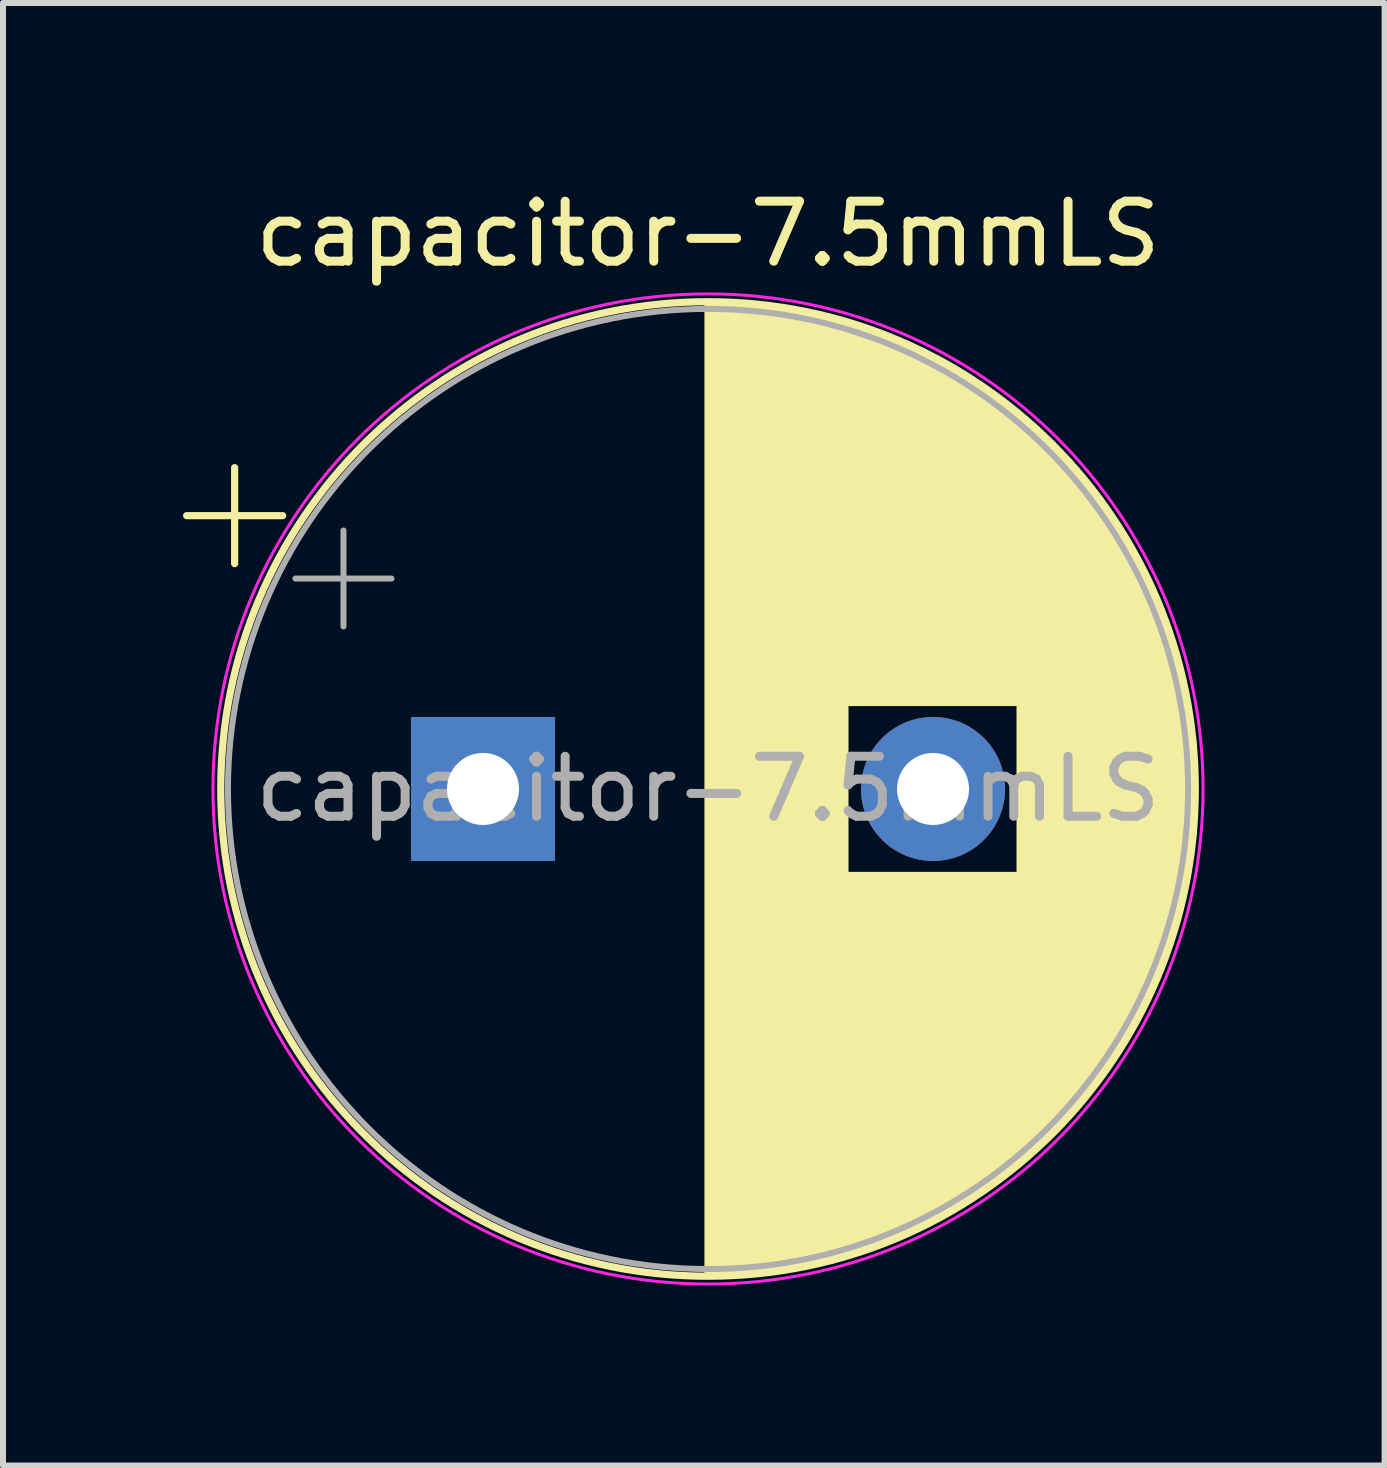
<source format=kicad_pcb>
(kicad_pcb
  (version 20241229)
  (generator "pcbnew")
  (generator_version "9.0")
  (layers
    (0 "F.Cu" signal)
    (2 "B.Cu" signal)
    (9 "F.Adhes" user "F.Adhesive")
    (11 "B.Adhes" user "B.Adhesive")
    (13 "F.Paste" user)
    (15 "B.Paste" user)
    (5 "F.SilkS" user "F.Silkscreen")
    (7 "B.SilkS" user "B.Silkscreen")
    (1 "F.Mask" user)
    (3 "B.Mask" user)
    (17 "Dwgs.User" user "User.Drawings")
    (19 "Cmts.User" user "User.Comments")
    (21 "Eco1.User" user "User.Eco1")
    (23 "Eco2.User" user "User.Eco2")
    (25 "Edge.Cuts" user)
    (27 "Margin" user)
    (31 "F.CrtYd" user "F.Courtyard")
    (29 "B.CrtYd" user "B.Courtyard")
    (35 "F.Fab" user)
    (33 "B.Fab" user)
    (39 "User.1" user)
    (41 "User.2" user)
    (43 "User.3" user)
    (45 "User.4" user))
  (footprint "capacitor-7.5mmLS"
    (layer "F.Cu")
    (at 4.999 10.098)
    (property "Reference" "capacitor-7.5mmLS" (at 3.75 -9.25 0) (layer "F.SilkS") (effects (font (size 1 1) (thickness 0.15))))
    (attr through_hole)
    (fp_line (start -4.939 -4.555) (end -3.339 -4.555) (stroke (width 0.12) (type solid)) (layer "F.SilkS"))
    (fp_line (start -4.139 -5.355) (end -4.139 -3.755) (stroke (width 0.12) (type solid)) (layer "F.SilkS"))
    (fp_line (start 3.75 -8.081) (end 3.75 8.081) (stroke (width 0.12) (type solid)) (layer "F.SilkS"))
    (fp_line (start 3.79 -8.08) (end 3.79 8.08) (stroke (width 0.12) (type solid)) (layer "F.SilkS"))
    (fp_line (start 3.83 -8.08) (end 3.83 8.08) (stroke (width 0.12) (type solid)) (layer "F.SilkS"))
    (fp_line (start 3.87 -8.08) (end 3.87 8.08) (stroke (width 0.12) (type solid)) (layer "F.SilkS"))
    (fp_line (start 3.91 -8.079) (end 3.91 8.079) (stroke (width 0.12) (type solid)) (layer "F.SilkS"))
    (fp_line (start 3.95 -8.078) (end 3.95 8.078) (stroke (width 0.12) (type solid)) (layer "F.SilkS"))
    (fp_line (start 3.99 -8.077) (end 3.99 8.077) (stroke (width 0.12) (type solid)) (layer "F.SilkS"))
    (fp_line (start 4.03 -8.076) (end 4.03 8.076) (stroke (width 0.12) (type solid)) (layer "F.SilkS"))
    (fp_line (start 4.07 -8.074) (end 4.07 8.074) (stroke (width 0.12) (type solid)) (layer "F.SilkS"))
    (fp_line (start 4.11 -8.073) (end 4.11 8.073) (stroke (width 0.12) (type solid)) (layer "F.SilkS"))
    (fp_line (start 4.15 -8.071) (end 4.15 8.071) (stroke (width 0.12) (type solid)) (layer "F.SilkS"))
    (fp_line (start 4.19 -8.069) (end 4.19 8.069) (stroke (width 0.12) (type solid)) (layer "F.SilkS"))
    (fp_line (start 4.23 -8.066) (end 4.23 8.066) (stroke (width 0.12) (type solid)) (layer "F.SilkS"))
    (fp_line (start 4.27 -8.064) (end 4.27 8.064) (stroke (width 0.12) (type solid)) (layer "F.SilkS"))
    (fp_line (start 4.31 -8.061) (end 4.31 8.061) (stroke (width 0.12) (type solid)) (layer "F.SilkS"))
    (fp_line (start 4.35 -8.058) (end 4.35 8.058) (stroke (width 0.12) (type solid)) (layer "F.SilkS"))
    (fp_line (start 4.39 -8.055) (end 4.39 8.055) (stroke (width 0.12) (type solid)) (layer "F.SilkS"))
    (fp_line (start 4.43 -8.052) (end 4.43 8.052) (stroke (width 0.12) (type solid)) (layer "F.SilkS"))
    (fp_line (start 4.471 -8.049) (end 4.471 8.049) (stroke (width 0.12) (type solid)) (layer "F.SilkS"))
    (fp_line (start 4.511 -8.045) (end 4.511 8.045) (stroke (width 0.12) (type solid)) (layer "F.SilkS"))
    (fp_line (start 4.551 -8.041) (end 4.551 8.041) (stroke (width 0.12) (type solid)) (layer "F.SilkS"))
    (fp_line (start 4.591 -8.037) (end 4.591 8.037) (stroke (width 0.12) (type solid)) (layer "F.SilkS"))
    (fp_line (start 4.631 -8.033) (end 4.631 8.033) (stroke (width 0.12) (type solid)) (layer "F.SilkS"))
    (fp_line (start 4.671 -8.028) (end 4.671 8.028) (stroke (width 0.12) (type solid)) (layer "F.SilkS"))
    (fp_line (start 4.711 -8.024) (end 4.711 8.024) (stroke (width 0.12) (type solid)) (layer "F.SilkS"))
    (fp_line (start 4.751 -8.019) (end 4.751 8.019) (stroke (width 0.12) (type solid)) (layer "F.SilkS"))
    (fp_line (start 4.791 -8.014) (end 4.791 8.014) (stroke (width 0.12) (type solid)) (layer "F.SilkS"))
    (fp_line (start 4.831 -8.008) (end 4.831 8.008) (stroke (width 0.12) (type solid)) (layer "F.SilkS"))
    (fp_line (start 4.871 -8.003) (end 4.871 8.003) (stroke (width 0.12) (type solid)) (layer "F.SilkS"))
    (fp_line (start 4.911 -7.997) (end 4.911 7.997) (stroke (width 0.12) (type solid)) (layer "F.SilkS"))
    (fp_line (start 4.951 -7.991) (end 4.951 7.991) (stroke (width 0.12) (type solid)) (layer "F.SilkS"))
    (fp_line (start 4.991 -7.985) (end 4.991 7.985) (stroke (width 0.12) (type solid)) (layer "F.SilkS"))
    (fp_line (start 5.031 -7.979) (end 5.031 7.979) (stroke (width 0.12) (type solid)) (layer "F.SilkS"))
    (fp_line (start 5.071 -7.972) (end 5.071 7.972) (stroke (width 0.12) (type solid)) (layer "F.SilkS"))
    (fp_line (start 5.111 -7.966) (end 5.111 7.966) (stroke (width 0.12) (type solid)) (layer "F.SilkS"))
    (fp_line (start 5.151 -7.959) (end 5.151 7.959) (stroke (width 0.12) (type solid)) (layer "F.SilkS"))
    (fp_line (start 5.191 -7.952) (end 5.191 7.952) (stroke (width 0.12) (type solid)) (layer "F.SilkS"))
    (fp_line (start 5.231 -7.944) (end 5.231 7.944) (stroke (width 0.12) (type solid)) (layer "F.SilkS"))
    (fp_line (start 5.271 -7.937) (end 5.271 7.937) (stroke (width 0.12) (type solid)) (layer "F.SilkS"))
    (fp_line (start 5.311 -7.929) (end 5.311 7.929) (stroke (width 0.12) (type solid)) (layer "F.SilkS"))
    (fp_line (start 5.351 -7.921) (end 5.351 7.921) (stroke (width 0.12) (type solid)) (layer "F.SilkS"))
    (fp_line (start 5.391 -7.913) (end 5.391 7.913) (stroke (width 0.12) (type solid)) (layer "F.SilkS"))
    (fp_line (start 5.431 -7.905) (end 5.431 7.905) (stroke (width 0.12) (type solid)) (layer "F.SilkS"))
    (fp_line (start 5.471 -7.896) (end 5.471 7.896) (stroke (width 0.12) (type solid)) (layer "F.SilkS"))
    (fp_line (start 5.511 -7.887) (end 5.511 7.887) (stroke (width 0.12) (type solid)) (layer "F.SilkS"))
    (fp_line (start 5.551 -7.878) (end 5.551 7.878) (stroke (width 0.12) (type solid)) (layer "F.SilkS"))
    (fp_line (start 5.591 -7.869) (end 5.591 7.869) (stroke (width 0.12) (type solid)) (layer "F.SilkS"))
    (fp_line (start 5.631 -7.86) (end 5.631 7.86) (stroke (width 0.12) (type solid)) (layer "F.SilkS"))
    (fp_line (start 5.671 -7.85) (end 5.671 7.85) (stroke (width 0.12) (type solid)) (layer "F.SilkS"))
    (fp_line (start 5.711 -7.84) (end 5.711 7.84) (stroke (width 0.12) (type solid)) (layer "F.SilkS"))
    (fp_line (start 5.751 -7.83) (end 5.751 7.83) (stroke (width 0.12) (type solid)) (layer "F.SilkS"))
    (fp_line (start 5.791 -7.82) (end 5.791 7.82) (stroke (width 0.12) (type solid)) (layer "F.SilkS"))
    (fp_line (start 5.831 -7.81) (end 5.831 7.81) (stroke (width 0.12) (type solid)) (layer "F.SilkS"))
    (fp_line (start 5.871 -7.799) (end 5.871 7.799) (stroke (width 0.12) (type solid)) (layer "F.SilkS"))
    (fp_line (start 5.911 -7.788) (end 5.911 7.788) (stroke (width 0.12) (type solid)) (layer "F.SilkS"))
    (fp_line (start 5.951 -7.777) (end 5.951 7.777) (stroke (width 0.12) (type solid)) (layer "F.SilkS"))
    (fp_line (start 5.991 -7.765) (end 5.991 7.765) (stroke (width 0.12) (type solid)) (layer "F.SilkS"))
    (fp_line (start 6.031 -7.754) (end 6.031 7.754) (stroke (width 0.12) (type solid)) (layer "F.SilkS"))
    (fp_line (start 6.071 -7.742) (end 6.071 -1.44) (stroke (width 0.12) (type solid)) (layer "F.SilkS"))
    (fp_line (start 6.071 1.44) (end 6.071 7.742) (stroke (width 0.12) (type solid)) (layer "F.SilkS"))
    (fp_line (start 6.111 -7.73) (end 6.111 -1.44) (stroke (width 0.12) (type solid)) (layer "F.SilkS"))
    (fp_line (start 6.111 1.44) (end 6.111 7.73) (stroke (width 0.12) (type solid)) (layer "F.SilkS"))
    (fp_line (start 6.151 -7.718) (end 6.151 -1.44) (stroke (width 0.12) (type solid)) (layer "F.SilkS"))
    (fp_line (start 6.151 1.44) (end 6.151 7.718) (stroke (width 0.12) (type solid)) (layer "F.SilkS"))
    (fp_line (start 6.191 -7.705) (end 6.191 -1.44) (stroke (width 0.12) (type solid)) (layer "F.SilkS"))
    (fp_line (start 6.191 1.44) (end 6.191 7.705) (stroke (width 0.12) (type solid)) (layer "F.SilkS"))
    (fp_line (start 6.231 -7.693) (end 6.231 -1.44) (stroke (width 0.12) (type solid)) (layer "F.SilkS"))
    (fp_line (start 6.231 1.44) (end 6.231 7.693) (stroke (width 0.12) (type solid)) (layer "F.SilkS"))
    (fp_line (start 6.271 -7.68) (end 6.271 -1.44) (stroke (width 0.12) (type solid)) (layer "F.SilkS"))
    (fp_line (start 6.271 1.44) (end 6.271 7.68) (stroke (width 0.12) (type solid)) (layer "F.SilkS"))
    (fp_line (start 6.311 -7.666) (end 6.311 -1.44) (stroke (width 0.12) (type solid)) (layer "F.SilkS"))
    (fp_line (start 6.311 1.44) (end 6.311 7.666) (stroke (width 0.12) (type solid)) (layer "F.SilkS"))
    (fp_line (start 6.351 -7.653) (end 6.351 -1.44) (stroke (width 0.12) (type solid)) (layer "F.SilkS"))
    (fp_line (start 6.351 1.44) (end 6.351 7.653) (stroke (width 0.12) (type solid)) (layer "F.SilkS"))
    (fp_line (start 6.391 -7.639) (end 6.391 -1.44) (stroke (width 0.12) (type solid)) (layer "F.SilkS"))
    (fp_line (start 6.391 1.44) (end 6.391 7.639) (stroke (width 0.12) (type solid)) (layer "F.SilkS"))
    (fp_line (start 6.431 -7.625) (end 6.431 -1.44) (stroke (width 0.12) (type solid)) (layer "F.SilkS"))
    (fp_line (start 6.431 1.44) (end 6.431 7.625) (stroke (width 0.12) (type solid)) (layer "F.SilkS"))
    (fp_line (start 6.471 -7.611) (end 6.471 -1.44) (stroke (width 0.12) (type solid)) (layer "F.SilkS"))
    (fp_line (start 6.471 1.44) (end 6.471 7.611) (stroke (width 0.12) (type solid)) (layer "F.SilkS"))
    (fp_line (start 6.511 -7.597) (end 6.511 -1.44) (stroke (width 0.12) (type solid)) (layer "F.SilkS"))
    (fp_line (start 6.511 1.44) (end 6.511 7.597) (stroke (width 0.12) (type solid)) (layer "F.SilkS"))
    (fp_line (start 6.551 -7.582) (end 6.551 -1.44) (stroke (width 0.12) (type solid)) (layer "F.SilkS"))
    (fp_line (start 6.551 1.44) (end 6.551 7.582) (stroke (width 0.12) (type solid)) (layer "F.SilkS"))
    (fp_line (start 6.591 -7.568) (end 6.591 -1.44) (stroke (width 0.12) (type solid)) (layer "F.SilkS"))
    (fp_line (start 6.591 1.44) (end 6.591 7.568) (stroke (width 0.12) (type solid)) (layer "F.SilkS"))
    (fp_line (start 6.631 -7.553) (end 6.631 -1.44) (stroke (width 0.12) (type solid)) (layer "F.SilkS"))
    (fp_line (start 6.631 1.44) (end 6.631 7.553) (stroke (width 0.12) (type solid)) (layer "F.SilkS"))
    (fp_line (start 6.671 -7.537) (end 6.671 -1.44) (stroke (width 0.12) (type solid)) (layer "F.SilkS"))
    (fp_line (start 6.671 1.44) (end 6.671 7.537) (stroke (width 0.12) (type solid)) (layer "F.SilkS"))
    (fp_line (start 6.711 -7.522) (end 6.711 -1.44) (stroke (width 0.12) (type solid)) (layer "F.SilkS"))
    (fp_line (start 6.711 1.44) (end 6.711 7.522) (stroke (width 0.12) (type solid)) (layer "F.SilkS"))
    (fp_line (start 6.751 -7.506) (end 6.751 -1.44) (stroke (width 0.12) (type solid)) (layer "F.SilkS"))
    (fp_line (start 6.751 1.44) (end 6.751 7.506) (stroke (width 0.12) (type solid)) (layer "F.SilkS"))
    (fp_line (start 6.791 -7.49) (end 6.791 -1.44) (stroke (width 0.12) (type solid)) (layer "F.SilkS"))
    (fp_line (start 6.791 1.44) (end 6.791 7.49) (stroke (width 0.12) (type solid)) (layer "F.SilkS"))
    (fp_line (start 6.831 -7.474) (end 6.831 -1.44) (stroke (width 0.12) (type solid)) (layer "F.SilkS"))
    (fp_line (start 6.831 1.44) (end 6.831 7.474) (stroke (width 0.12) (type solid)) (layer "F.SilkS"))
    (fp_line (start 6.871 -7.457) (end 6.871 -1.44) (stroke (width 0.12) (type solid)) (layer "F.SilkS"))
    (fp_line (start 6.871 1.44) (end 6.871 7.457) (stroke (width 0.12) (type solid)) (layer "F.SilkS"))
    (fp_line (start 6.911 -7.44) (end 6.911 -1.44) (stroke (width 0.12) (type solid)) (layer "F.SilkS"))
    (fp_line (start 6.911 1.44) (end 6.911 7.44) (stroke (width 0.12) (type solid)) (layer "F.SilkS"))
    (fp_line (start 6.951 -7.423) (end 6.951 -1.44) (stroke (width 0.12) (type solid)) (layer "F.SilkS"))
    (fp_line (start 6.951 1.44) (end 6.951 7.423) (stroke (width 0.12) (type solid)) (layer "F.SilkS"))
    (fp_line (start 6.991 -7.406) (end 6.991 -1.44) (stroke (width 0.12) (type solid)) (layer "F.SilkS"))
    (fp_line (start 6.991 1.44) (end 6.991 7.406) (stroke (width 0.12) (type solid)) (layer "F.SilkS"))
    (fp_line (start 7.031 -7.389) (end 7.031 -1.44) (stroke (width 0.12) (type solid)) (layer "F.SilkS"))
    (fp_line (start 7.031 1.44) (end 7.031 7.389) (stroke (width 0.12) (type solid)) (layer "F.SilkS"))
    (fp_line (start 7.071 -7.371) (end 7.071 -1.44) (stroke (width 0.12) (type solid)) (layer "F.SilkS"))
    (fp_line (start 7.071 1.44) (end 7.071 7.371) (stroke (width 0.12) (type solid)) (layer "F.SilkS"))
    (fp_line (start 7.111 -7.353) (end 7.111 -1.44) (stroke (width 0.12) (type solid)) (layer "F.SilkS"))
    (fp_line (start 7.111 1.44) (end 7.111 7.353) (stroke (width 0.12) (type solid)) (layer "F.SilkS"))
    (fp_line (start 7.151 -7.334) (end 7.151 -1.44) (stroke (width 0.12) (type solid)) (layer "F.SilkS"))
    (fp_line (start 7.151 1.44) (end 7.151 7.334) (stroke (width 0.12) (type solid)) (layer "F.SilkS"))
    (fp_line (start 7.191 -7.316) (end 7.191 -1.44) (stroke (width 0.12) (type solid)) (layer "F.SilkS"))
    (fp_line (start 7.191 1.44) (end 7.191 7.316) (stroke (width 0.12) (type solid)) (layer "F.SilkS"))
    (fp_line (start 7.231 -7.297) (end 7.231 -1.44) (stroke (width 0.12) (type solid)) (layer "F.SilkS"))
    (fp_line (start 7.231 1.44) (end 7.231 7.297) (stroke (width 0.12) (type solid)) (layer "F.SilkS"))
    (fp_line (start 7.271 -7.278) (end 7.271 -1.44) (stroke (width 0.12) (type solid)) (layer "F.SilkS"))
    (fp_line (start 7.271 1.44) (end 7.271 7.278) (stroke (width 0.12) (type solid)) (layer "F.SilkS"))
    (fp_line (start 7.311 -7.258) (end 7.311 -1.44) (stroke (width 0.12) (type solid)) (layer "F.SilkS"))
    (fp_line (start 7.311 1.44) (end 7.311 7.258) (stroke (width 0.12) (type solid)) (layer "F.SilkS"))
    (fp_line (start 7.351 -7.239) (end 7.351 -1.44) (stroke (width 0.12) (type solid)) (layer "F.SilkS"))
    (fp_line (start 7.351 1.44) (end 7.351 7.239) (stroke (width 0.12) (type solid)) (layer "F.SilkS"))
    (fp_line (start 7.391 -7.219) (end 7.391 -1.44) (stroke (width 0.12) (type solid)) (layer "F.SilkS"))
    (fp_line (start 7.391 1.44) (end 7.391 7.219) (stroke (width 0.12) (type solid)) (layer "F.SilkS"))
    (fp_line (start 7.431 -7.199) (end 7.431 -1.44) (stroke (width 0.12) (type solid)) (layer "F.SilkS"))
    (fp_line (start 7.431 1.44) (end 7.431 7.199) (stroke (width 0.12) (type solid)) (layer "F.SilkS"))
    (fp_line (start 7.471 -7.178) (end 7.471 -1.44) (stroke (width 0.12) (type solid)) (layer "F.SilkS"))
    (fp_line (start 7.471 1.44) (end 7.471 7.178) (stroke (width 0.12) (type solid)) (layer "F.SilkS"))
    (fp_line (start 7.511 -7.157) (end 7.511 -1.44) (stroke (width 0.12) (type solid)) (layer "F.SilkS"))
    (fp_line (start 7.511 1.44) (end 7.511 7.157) (stroke (width 0.12) (type solid)) (layer "F.SilkS"))
    (fp_line (start 7.551 -7.136) (end 7.551 -1.44) (stroke (width 0.12) (type solid)) (layer "F.SilkS"))
    (fp_line (start 7.551 1.44) (end 7.551 7.136) (stroke (width 0.12) (type solid)) (layer "F.SilkS"))
    (fp_line (start 7.591 -7.115) (end 7.591 -1.44) (stroke (width 0.12) (type solid)) (layer "F.SilkS"))
    (fp_line (start 7.591 1.44) (end 7.591 7.115) (stroke (width 0.12) (type solid)) (layer "F.SilkS"))
    (fp_line (start 7.631 -7.094) (end 7.631 -1.44) (stroke (width 0.12) (type solid)) (layer "F.SilkS"))
    (fp_line (start 7.631 1.44) (end 7.631 7.094) (stroke (width 0.12) (type solid)) (layer "F.SilkS"))
    (fp_line (start 7.671 -7.072) (end 7.671 -1.44) (stroke (width 0.12) (type solid)) (layer "F.SilkS"))
    (fp_line (start 7.671 1.44) (end 7.671 7.072) (stroke (width 0.12) (type solid)) (layer "F.SilkS"))
    (fp_line (start 7.711 -7.049) (end 7.711 -1.44) (stroke (width 0.12) (type solid)) (layer "F.SilkS"))
    (fp_line (start 7.711 1.44) (end 7.711 7.049) (stroke (width 0.12) (type solid)) (layer "F.SilkS"))
    (fp_line (start 7.751 -7.027) (end 7.751 -1.44) (stroke (width 0.12) (type solid)) (layer "F.SilkS"))
    (fp_line (start 7.751 1.44) (end 7.751 7.027) (stroke (width 0.12) (type solid)) (layer "F.SilkS"))
    (fp_line (start 7.791 -7.004) (end 7.791 -1.44) (stroke (width 0.12) (type solid)) (layer "F.SilkS"))
    (fp_line (start 7.791 1.44) (end 7.791 7.004) (stroke (width 0.12) (type solid)) (layer "F.SilkS"))
    (fp_line (start 7.831 -6.981) (end 7.831 -1.44) (stroke (width 0.12) (type solid)) (layer "F.SilkS"))
    (fp_line (start 7.831 1.44) (end 7.831 6.981) (stroke (width 0.12) (type solid)) (layer "F.SilkS"))
    (fp_line (start 7.871 -6.958) (end 7.871 -1.44) (stroke (width 0.12) (type solid)) (layer "F.SilkS"))
    (fp_line (start 7.871 1.44) (end 7.871 6.958) (stroke (width 0.12) (type solid)) (layer "F.SilkS"))
    (fp_line (start 7.911 -6.934) (end 7.911 -1.44) (stroke (width 0.12) (type solid)) (layer "F.SilkS"))
    (fp_line (start 7.911 1.44) (end 7.911 6.934) (stroke (width 0.12) (type solid)) (layer "F.SilkS"))
    (fp_line (start 7.951 -6.91) (end 7.951 -1.44) (stroke (width 0.12) (type solid)) (layer "F.SilkS"))
    (fp_line (start 7.951 1.44) (end 7.951 6.91) (stroke (width 0.12) (type solid)) (layer "F.SilkS"))
    (fp_line (start 7.991 -6.886) (end 7.991 -1.44) (stroke (width 0.12) (type solid)) (layer "F.SilkS"))
    (fp_line (start 7.991 1.44) (end 7.991 6.886) (stroke (width 0.12) (type solid)) (layer "F.SilkS"))
    (fp_line (start 8.031 -6.861) (end 8.031 -1.44) (stroke (width 0.12) (type solid)) (layer "F.SilkS"))
    (fp_line (start 8.031 1.44) (end 8.031 6.861) (stroke (width 0.12) (type solid)) (layer "F.SilkS"))
    (fp_line (start 8.071 -6.836) (end 8.071 -1.44) (stroke (width 0.12) (type solid)) (layer "F.SilkS"))
    (fp_line (start 8.071 1.44) (end 8.071 6.836) (stroke (width 0.12) (type solid)) (layer "F.SilkS"))
    (fp_line (start 8.111 -6.811) (end 8.111 -1.44) (stroke (width 0.12) (type solid)) (layer "F.SilkS"))
    (fp_line (start 8.111 1.44) (end 8.111 6.811) (stroke (width 0.12) (type solid)) (layer "F.SilkS"))
    (fp_line (start 8.151 -6.785) (end 8.151 -1.44) (stroke (width 0.12) (type solid)) (layer "F.SilkS"))
    (fp_line (start 8.151 1.44) (end 8.151 6.785) (stroke (width 0.12) (type solid)) (layer "F.SilkS"))
    (fp_line (start 8.191 -6.759) (end 8.191 -1.44) (stroke (width 0.12) (type solid)) (layer "F.SilkS"))
    (fp_line (start 8.191 1.44) (end 8.191 6.759) (stroke (width 0.12) (type solid)) (layer "F.SilkS"))
    (fp_line (start 8.231 -6.733) (end 8.231 -1.44) (stroke (width 0.12) (type solid)) (layer "F.SilkS"))
    (fp_line (start 8.231 1.44) (end 8.231 6.733) (stroke (width 0.12) (type solid)) (layer "F.SilkS"))
    (fp_line (start 8.271 -6.706) (end 8.271 -1.44) (stroke (width 0.12) (type solid)) (layer "F.SilkS"))
    (fp_line (start 8.271 1.44) (end 8.271 6.706) (stroke (width 0.12) (type solid)) (layer "F.SilkS"))
    (fp_line (start 8.311 -6.679) (end 8.311 -1.44) (stroke (width 0.12) (type solid)) (layer "F.SilkS"))
    (fp_line (start 8.311 1.44) (end 8.311 6.679) (stroke (width 0.12) (type solid)) (layer "F.SilkS"))
    (fp_line (start 8.351 -6.652) (end 8.351 -1.44) (stroke (width 0.12) (type solid)) (layer "F.SilkS"))
    (fp_line (start 8.351 1.44) (end 8.351 6.652) (stroke (width 0.12) (type solid)) (layer "F.SilkS"))
    (fp_line (start 8.391 -6.624) (end 8.391 -1.44) (stroke (width 0.12) (type solid)) (layer "F.SilkS"))
    (fp_line (start 8.391 1.44) (end 8.391 6.624) (stroke (width 0.12) (type solid)) (layer "F.SilkS"))
    (fp_line (start 8.431 -6.596) (end 8.431 -1.44) (stroke (width 0.12) (type solid)) (layer "F.SilkS"))
    (fp_line (start 8.431 1.44) (end 8.431 6.596) (stroke (width 0.12) (type solid)) (layer "F.SilkS"))
    (fp_line (start 8.471 -6.568) (end 8.471 -1.44) (stroke (width 0.12) (type solid)) (layer "F.SilkS"))
    (fp_line (start 8.471 1.44) (end 8.471 6.568) (stroke (width 0.12) (type solid)) (layer "F.SilkS"))
    (fp_line (start 8.511 -6.539) (end 8.511 -1.44) (stroke (width 0.12) (type solid)) (layer "F.SilkS"))
    (fp_line (start 8.511 1.44) (end 8.511 6.539) (stroke (width 0.12) (type solid)) (layer "F.SilkS"))
    (fp_line (start 8.551 -6.51) (end 8.551 -1.44) (stroke (width 0.12) (type solid)) (layer "F.SilkS"))
    (fp_line (start 8.551 1.44) (end 8.551 6.51) (stroke (width 0.12) (type solid)) (layer "F.SilkS"))
    (fp_line (start 8.591 -6.48) (end 8.591 -1.44) (stroke (width 0.12) (type solid)) (layer "F.SilkS"))
    (fp_line (start 8.591 1.44) (end 8.591 6.48) (stroke (width 0.12) (type solid)) (layer "F.SilkS"))
    (fp_line (start 8.631 -6.45) (end 8.631 -1.44) (stroke (width 0.12) (type solid)) (layer "F.SilkS"))
    (fp_line (start 8.631 1.44) (end 8.631 6.45) (stroke (width 0.12) (type solid)) (layer "F.SilkS"))
    (fp_line (start 8.671 -6.42) (end 8.671 -1.44) (stroke (width 0.12) (type solid)) (layer "F.SilkS"))
    (fp_line (start 8.671 1.44) (end 8.671 6.42) (stroke (width 0.12) (type solid)) (layer "F.SilkS"))
    (fp_line (start 8.711 -6.39) (end 8.711 -1.44) (stroke (width 0.12) (type solid)) (layer "F.SilkS"))
    (fp_line (start 8.711 1.44) (end 8.711 6.39) (stroke (width 0.12) (type solid)) (layer "F.SilkS"))
    (fp_line (start 8.751 -6.358) (end 8.751 -1.44) (stroke (width 0.12) (type solid)) (layer "F.SilkS"))
    (fp_line (start 8.751 1.44) (end 8.751 6.358) (stroke (width 0.12) (type solid)) (layer "F.SilkS"))
    (fp_line (start 8.791 -6.327) (end 8.791 -1.44) (stroke (width 0.12) (type solid)) (layer "F.SilkS"))
    (fp_line (start 8.791 1.44) (end 8.791 6.327) (stroke (width 0.12) (type solid)) (layer "F.SilkS"))
    (fp_line (start 8.831 -6.295) (end 8.831 -1.44) (stroke (width 0.12) (type solid)) (layer "F.SilkS"))
    (fp_line (start 8.831 1.44) (end 8.831 6.295) (stroke (width 0.12) (type solid)) (layer "F.SilkS"))
    (fp_line (start 8.871 -6.263) (end 8.871 -1.44) (stroke (width 0.12) (type solid)) (layer "F.SilkS"))
    (fp_line (start 8.871 1.44) (end 8.871 6.263) (stroke (width 0.12) (type solid)) (layer "F.SilkS"))
    (fp_line (start 8.911 -6.23) (end 8.911 -1.44) (stroke (width 0.12) (type solid)) (layer "F.SilkS"))
    (fp_line (start 8.911 1.44) (end 8.911 6.23) (stroke (width 0.12) (type solid)) (layer "F.SilkS"))
    (fp_line (start 8.951 -6.197) (end 8.951 6.197) (stroke (width 0.12) (type solid)) (layer "F.SilkS"))
    (fp_line (start 8.991 -6.163) (end 8.991 6.163) (stroke (width 0.12) (type solid)) (layer "F.SilkS"))
    (fp_line (start 9.031 -6.129) (end 9.031 6.129) (stroke (width 0.12) (type solid)) (layer "F.SilkS"))
    (fp_line (start 9.071 -6.095) (end 9.071 6.095) (stroke (width 0.12) (type solid)) (layer "F.SilkS"))
    (fp_line (start 9.111 -6.06) (end 9.111 6.06) (stroke (width 0.12) (type solid)) (layer "F.SilkS"))
    (fp_line (start 9.151 -6.025) (end 9.151 6.025) (stroke (width 0.12) (type solid)) (layer "F.SilkS"))
    (fp_line (start 9.191 -5.989) (end 9.191 5.989) (stroke (width 0.12) (type solid)) (layer "F.SilkS"))
    (fp_line (start 9.231 -5.952) (end 9.231 5.952) (stroke (width 0.12) (type solid)) (layer "F.SilkS"))
    (fp_line (start 9.271 -5.916) (end 9.271 5.916) (stroke (width 0.12) (type solid)) (layer "F.SilkS"))
    (fp_line (start 9.311 -5.878) (end 9.311 5.878) (stroke (width 0.12) (type solid)) (layer "F.SilkS"))
    (fp_line (start 9.351 -5.84) (end 9.351 5.84) (stroke (width 0.12) (type solid)) (layer "F.SilkS"))
    (fp_line (start 9.391 -5.802) (end 9.391 5.802) (stroke (width 0.12) (type solid)) (layer "F.SilkS"))
    (fp_line (start 9.431 -5.763) (end 9.431 5.763) (stroke (width 0.12) (type solid)) (layer "F.SilkS"))
    (fp_line (start 9.471 -5.724) (end 9.471 5.724) (stroke (width 0.12) (type solid)) (layer "F.SilkS"))
    (fp_line (start 9.511 -5.684) (end 9.511 5.684) (stroke (width 0.12) (type solid)) (layer "F.SilkS"))
    (fp_line (start 9.551 -5.643) (end 9.551 5.643) (stroke (width 0.12) (type solid)) (layer "F.SilkS"))
    (fp_line (start 9.591 -5.602) (end 9.591 5.602) (stroke (width 0.12) (type solid)) (layer "F.SilkS"))
    (fp_line (start 9.631 -5.56) (end 9.631 5.56) (stroke (width 0.12) (type solid)) (layer "F.SilkS"))
    (fp_line (start 9.671 -5.518) (end 9.671 5.518) (stroke (width 0.12) (type solid)) (layer "F.SilkS"))
    (fp_line (start 9.711 -5.475) (end 9.711 5.475) (stroke (width 0.12) (type solid)) (layer "F.SilkS"))
    (fp_line (start 9.751 -5.432) (end 9.751 5.432) (stroke (width 0.12) (type solid)) (layer "F.SilkS"))
    (fp_line (start 9.791 -5.388) (end 9.791 5.388) (stroke (width 0.12) (type solid)) (layer "F.SilkS"))
    (fp_line (start 9.831 -5.343) (end 9.831 5.343) (stroke (width 0.12) (type solid)) (layer "F.SilkS"))
    (fp_line (start 9.871 -5.297) (end 9.871 5.297) (stroke (width 0.12) (type solid)) (layer "F.SilkS"))
    (fp_line (start 9.911 -5.251) (end 9.911 5.251) (stroke (width 0.12) (type solid)) (layer "F.SilkS"))
    (fp_line (start 9.951 -5.204) (end 9.951 5.204) (stroke (width 0.12) (type solid)) (layer "F.SilkS"))
    (fp_line (start 9.991 -5.156) (end 9.991 5.156) (stroke (width 0.12) (type solid)) (layer "F.SilkS"))
    (fp_line (start 10.031 -5.108) (end 10.031 5.108) (stroke (width 0.12) (type solid)) (layer "F.SilkS"))
    (fp_line (start 10.071 -5.059) (end 10.071 5.059) (stroke (width 0.12) (type solid)) (layer "F.SilkS"))
    (fp_line (start 10.111 -5.009) (end 10.111 5.009) (stroke (width 0.12) (type solid)) (layer "F.SilkS"))
    (fp_line (start 10.151 -4.958) (end 10.151 4.958) (stroke (width 0.12) (type solid)) (layer "F.SilkS"))
    (fp_line (start 10.191 -4.906) (end 10.191 4.906) (stroke (width 0.12) (type solid)) (layer "F.SilkS"))
    (fp_line (start 10.231 -4.854) (end 10.231 4.854) (stroke (width 0.12) (type solid)) (layer "F.SilkS"))
    (fp_line (start 10.271 -4.8) (end 10.271 4.8) (stroke (width 0.12) (type solid)) (layer "F.SilkS"))
    (fp_line (start 10.311 -4.746) (end 10.311 4.746) (stroke (width 0.12) (type solid)) (layer "F.SilkS"))
    (fp_line (start 10.351 -4.691) (end 10.351 4.691) (stroke (width 0.12) (type solid)) (layer "F.SilkS"))
    (fp_line (start 10.391 -4.634) (end 10.391 4.634) (stroke (width 0.12) (type solid)) (layer "F.SilkS"))
    (fp_line (start 10.431 -4.577) (end 10.431 4.577) (stroke (width 0.12) (type solid)) (layer "F.SilkS"))
    (fp_line (start 10.471 -4.519) (end 10.471 4.519) (stroke (width 0.12) (type solid)) (layer "F.SilkS"))
    (fp_line (start 10.511 -4.459) (end 10.511 4.459) (stroke (width 0.12) (type solid)) (layer "F.SilkS"))
    (fp_line (start 10.551 -4.398) (end 10.551 4.398) (stroke (width 0.12) (type solid)) (layer "F.SilkS"))
    (fp_line (start 10.591 -4.336) (end 10.591 4.336) (stroke (width 0.12) (type solid)) (layer "F.SilkS"))
    (fp_line (start 10.631 -4.273) (end 10.631 4.273) (stroke (width 0.12) (type solid)) (layer "F.SilkS"))
    (fp_line (start 10.671 -4.209) (end 10.671 4.209) (stroke (width 0.12) (type solid)) (layer "F.SilkS"))
    (fp_line (start 10.711 -4.143) (end 10.711 4.143) (stroke (width 0.12) (type solid)) (layer "F.SilkS"))
    (fp_line (start 10.751 -4.076) (end 10.751 4.076) (stroke (width 0.12) (type solid)) (layer "F.SilkS"))
    (fp_line (start 10.791 -4.007) (end 10.791 4.007) (stroke (width 0.12) (type solid)) (layer "F.SilkS"))
    (fp_line (start 10.831 -3.936) (end 10.831 3.936) (stroke (width 0.12) (type solid)) (layer "F.SilkS"))
    (fp_line (start 10.871 -3.864) (end 10.871 3.864) (stroke (width 0.12) (type solid)) (layer "F.SilkS"))
    (fp_line (start 10.911 -3.79) (end 10.911 3.79) (stroke (width 0.12) (type solid)) (layer "F.SilkS"))
    (fp_line (start 10.951 -3.715) (end 10.951 3.715) (stroke (width 0.12) (type solid)) (layer "F.SilkS"))
    (fp_line (start 10.991 -3.637) (end 10.991 3.637) (stroke (width 0.12) (type solid)) (layer "F.SilkS"))
    (fp_line (start 11.031 -3.557) (end 11.031 3.557) (stroke (width 0.12) (type solid)) (layer "F.SilkS"))
    (fp_line (start 11.071 -3.475) (end 11.071 3.475) (stroke (width 0.12) (type solid)) (layer "F.SilkS"))
    (fp_line (start 11.111 -3.39) (end 11.111 3.39) (stroke (width 0.12) (type solid)) (layer "F.SilkS"))
    (fp_line (start 11.151 -3.303) (end 11.151 3.303) (stroke (width 0.12) (type solid)) (layer "F.SilkS"))
    (fp_line (start 11.191 -3.213) (end 11.191 3.213) (stroke (width 0.12) (type solid)) (layer "F.SilkS"))
    (fp_line (start 11.231 -3.12) (end 11.231 3.12) (stroke (width 0.12) (type solid)) (layer "F.SilkS"))
    (fp_line (start 11.271 -3.024) (end 11.271 3.024) (stroke (width 0.12) (type solid)) (layer "F.SilkS"))
    (fp_line (start 11.311 -2.924) (end 11.311 2.924) (stroke (width 0.12) (type solid)) (layer "F.SilkS"))
    (fp_line (start 11.351 -2.82) (end 11.351 2.82) (stroke (width 0.12) (type solid)) (layer "F.SilkS"))
    (fp_line (start 11.391 -2.711) (end 11.391 2.711) (stroke (width 0.12) (type solid)) (layer "F.SilkS"))
    (fp_line (start 11.431 -2.597) (end 11.431 2.597) (stroke (width 0.12) (type solid)) (layer "F.SilkS"))
    (fp_line (start 11.471 -2.478) (end 11.471 2.478) (stroke (width 0.12) (type solid)) (layer "F.SilkS"))
    (fp_line (start 11.511 -2.351) (end 11.511 2.351) (stroke (width 0.12) (type solid)) (layer "F.SilkS"))
    (fp_line (start 11.551 -2.218) (end 11.551 2.218) (stroke (width 0.12) (type solid)) (layer "F.SilkS"))
    (fp_line (start 11.591 -2.074) (end 11.591 2.074) (stroke (width 0.12) (type solid)) (layer "F.SilkS"))
    (fp_line (start 11.631 -1.92) (end 11.631 1.92) (stroke (width 0.12) (type solid)) (layer "F.SilkS"))
    (fp_line (start 11.671 -1.752) (end 11.671 1.752) (stroke (width 0.12) (type solid)) (layer "F.SilkS"))
    (fp_line (start 11.711 -1.564) (end 11.711 1.564) (stroke (width 0.12) (type solid)) (layer "F.SilkS"))
    (fp_line (start 11.751 -1.351) (end 11.751 1.351) (stroke (width 0.12) (type solid)) (layer "F.SilkS"))
    (fp_line (start 11.791 -1.098) (end 11.791 1.098) (stroke (width 0.12) (type solid)) (layer "F.SilkS"))
    (fp_line (start 11.831 -0.765) (end 11.831 0.765) (stroke (width 0.12) (type solid)) (layer "F.SilkS"))
    (fp_circle (center 3.75 0) (end 11.87 0) (stroke (width 0.12) (type solid)) (fill no) (layer "F.SilkS"))
    (fp_circle (center 3.75 0) (end 12 0) (stroke (width 0.05) (type solid)) (fill no) (layer "F.CrtYd"))
    (fp_line (start -3.125 -3.507) (end -1.525 -3.507) (stroke (width 0.1) (type solid)) (layer "F.Fab"))
    (fp_line (start -2.325 -4.308) (end -2.325 -2.708) (stroke (width 0.1) (type solid)) (layer "F.Fab"))
    (fp_circle (center 3.75 0) (end 11.75 0) (stroke (width 0.1) (type solid)) (fill no) (layer "F.Fab"))
    (fp_text user "${REFERENCE}" (at 3.75 0 0) (layer "F.Fab") (effects (font (size 1 1) (thickness 0.15))))
    (pad "1" thru_hole rect (at 0 0) (size 2.4 2.4) (drill 1.2) (layers "*.Cu" "*.Mask"))
    (pad "2" thru_hole circle (at 7.5 0) (size 2.4 2.4) (drill 1.2) (layers "*.Cu" "*.Mask")))
  (gr_rect
    (start -3 -3)
    (end 20.024 21.373)
    (stroke (width 0.1) (type default))
    (fill no)
    (layer "Edge.Cuts")))
</source>
